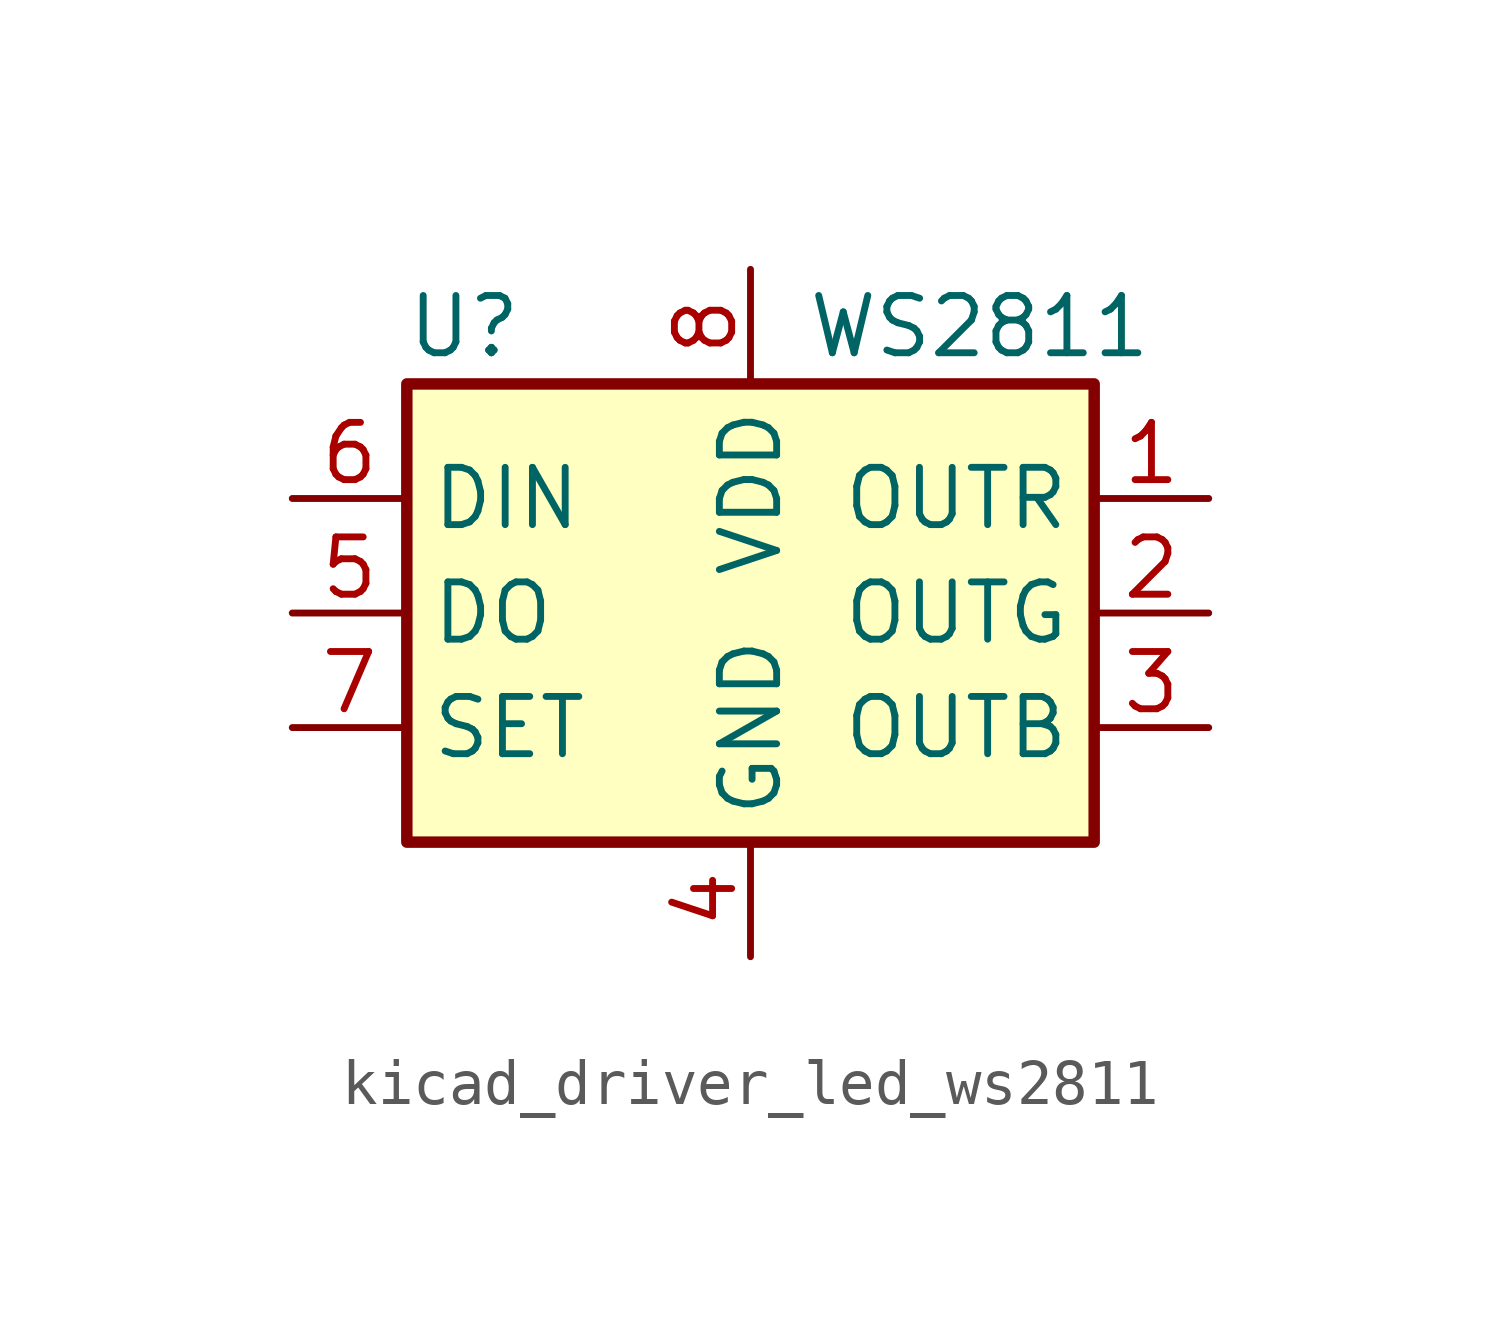
<source format=kicad_sym>
(kicad_symbol_lib
  (version 20220914)
  (generator kicad_symbol_editor)
  (symbol "kicad_driver_led_ws2811"
    (property "Reference" "U"
      (at -6.35 6.35 0)
      (effects (font (size 1.27 1.27))))
    (property "Value" "WS2811"
      (at 5.08 6.35 0)
      (effects (font (size 1.27 1.27))))
    (symbol "kicad_driver_led_ws2811_0_1"
      (rectangle (start -7.62 5.08) (end 7.62 -5.08) (stroke (width 0.254) (type default)) (fill (type background))))
    (symbol "kicad_driver_led_ws2811_1_1"
      (pin output line (at 10.16 2.54 180) (length 2.54) (name "OUTR" (effects (font (size 1.27 1.27)))) (number "1" (effects (font (size 1.27 1.27)))))
      (pin output line (at 10.16 0 180) (length 2.54) (name "OUTG" (effects (font (size 1.27 1.27)))) (number "2" (effects (font (size 1.27 1.27)))))
      (pin output line (at 10.16 -2.54 180) (length 2.54) (name "OUTB" (effects (font (size 1.27 1.27)))) (number "3" (effects (font (size 1.27 1.27)))))
      (pin power_in line (at 0 -7.62 90) (length 2.54) (name "GND" (effects (font (size 1.27 1.27)))) (number "4" (effects (font (size 1.27 1.27)))))
      (pin output line (at -10.16 0 0) (length 2.54) (name "DO" (effects (font (size 1.27 1.27)))) (number "5" (effects (font (size 1.27 1.27)))))
      (pin input line (at -10.16 2.54 0) (length 2.54) (name "DIN" (effects (font (size 1.27 1.27)))) (number "6" (effects (font (size 1.27 1.27)))))
      (pin input line (at -10.16 -2.54 0) (length 2.54) (name "SET" (effects (font (size 1.27 1.27)))) (number "7" (effects (font (size 1.27 1.27)))))
      (pin power_in line (at 0 7.62 270) (length 2.54) (name "VDD" (effects (font (size 1.27 1.27)))) (number "8" (effects (font (size 1.27 1.27))))))))
</source>
